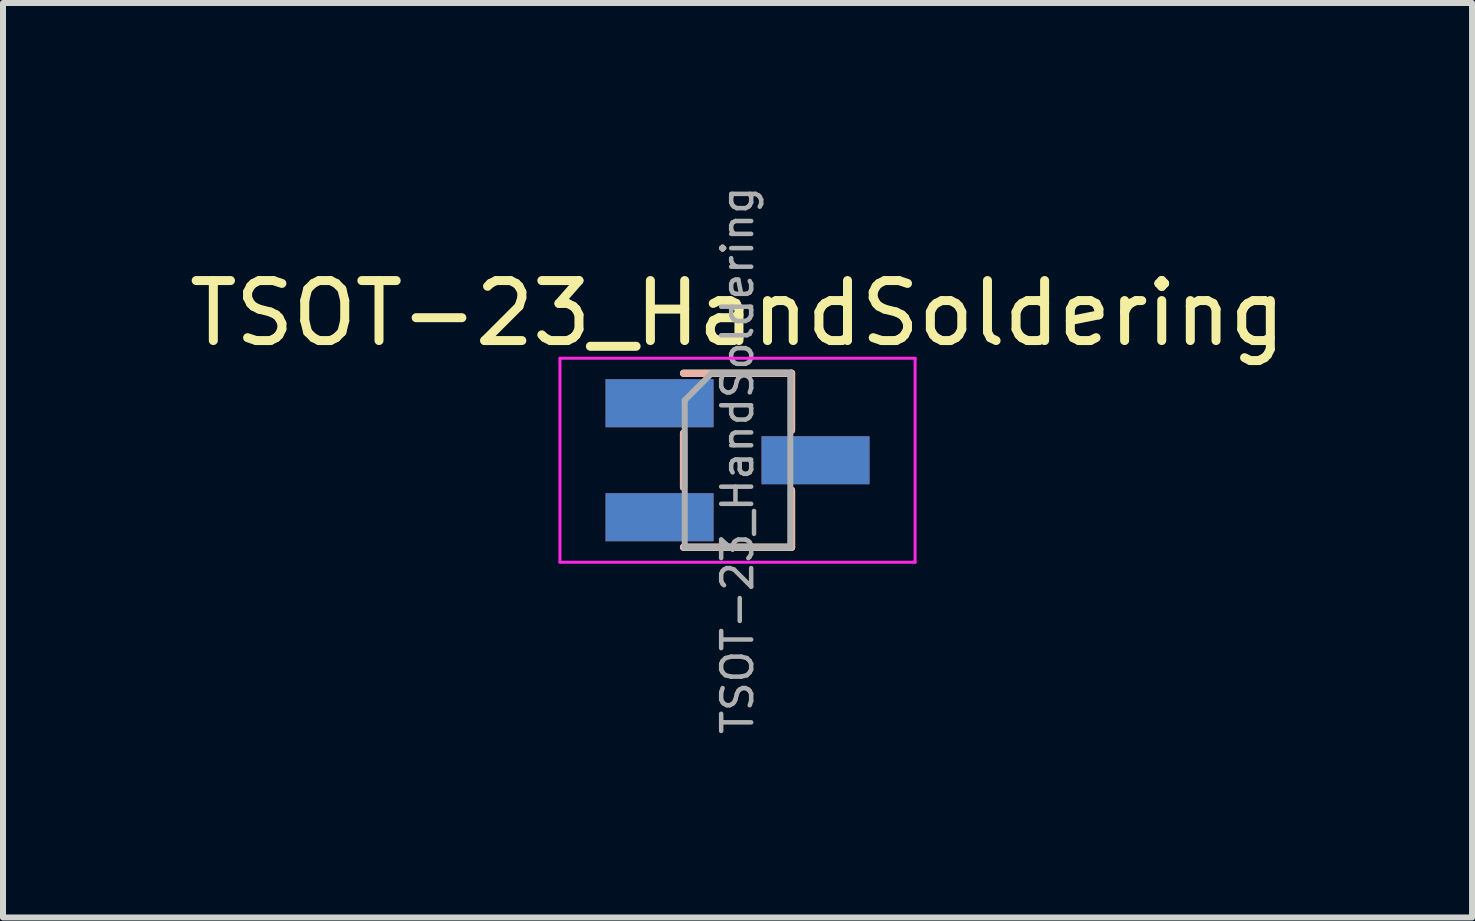
<source format=kicad_pcb>
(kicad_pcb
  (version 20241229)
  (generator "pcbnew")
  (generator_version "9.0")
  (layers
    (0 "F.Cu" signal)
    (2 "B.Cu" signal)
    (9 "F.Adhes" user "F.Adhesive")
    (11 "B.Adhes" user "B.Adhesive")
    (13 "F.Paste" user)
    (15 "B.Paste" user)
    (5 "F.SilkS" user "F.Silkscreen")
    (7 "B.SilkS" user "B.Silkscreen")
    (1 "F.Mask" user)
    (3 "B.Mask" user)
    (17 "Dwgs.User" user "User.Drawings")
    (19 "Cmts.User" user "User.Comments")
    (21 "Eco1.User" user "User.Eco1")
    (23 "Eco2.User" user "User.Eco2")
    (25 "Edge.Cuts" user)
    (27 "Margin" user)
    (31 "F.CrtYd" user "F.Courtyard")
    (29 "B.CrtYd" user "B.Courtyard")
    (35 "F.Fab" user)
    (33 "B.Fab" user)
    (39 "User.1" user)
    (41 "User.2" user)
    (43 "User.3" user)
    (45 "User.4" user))
  (footprint "TSOT-23_HandSoldering"
    (layer "F.Cu")
    (at 9.244 4.622)
    (property "Reference" "TSOT-23_HandSoldering" (at 0 -2.45 0) (layer "F.SilkS") (effects (font (size 1 1) (thickness 0.15))))
    (attr smd)
    (fp_line (start -0.9 -0.45) (end -0.9 0.45) (stroke (width 0.12) (type solid)) (layer "F.SilkS"))
    (fp_line (start 0.9 -1.45) (end -0.9 -1.45) (stroke (width 0.12) (type solid)) (layer "F.SilkS"))
    (fp_line (start 0.9 -0.5) (end 0.9 -1.45) (stroke (width 0.12) (type solid)) (layer "F.SilkS"))
    (fp_line (start 0.9 0.5) (end 0.9 1.45) (stroke (width 0.12) (type solid)) (layer "F.SilkS"))
    (fp_line (start 0.9 1.45) (end -0.9 1.45) (stroke (width 0.12) (type solid)) (layer "F.SilkS"))
    (fp_line (start -0.9 -1.45) (end 0.9 -1.45) (stroke (width 0.12) (type solid)) (layer "B.SilkS"))
    (fp_line (start -0.9 -0.45) (end -0.9 0.45) (stroke (width 0.12) (type solid)) (layer "B.SilkS"))
    (fp_line (start -0.9 1.45) (end 0.9 1.45) (stroke (width 0.12) (type solid)) (layer "B.SilkS"))
    (fp_line (start 0.9 -0.5) (end 0.9 -1.45) (stroke (width 0.12) (type solid)) (layer "B.SilkS"))
    (fp_line (start 0.9 0.5) (end 0.9 1.45) (stroke (width 0.12) (type solid)) (layer "B.SilkS"))
    (fp_line (start -2.96 -1.7) (end -2.96 1.7) (stroke (width 0.05) (type solid)) (layer "F.CrtYd"))
    (fp_line (start -2.96 -1.7) (end 2.96 -1.7) (stroke (width 0.05) (type solid)) (layer "F.CrtYd"))
    (fp_line (start 2.96 1.7) (end -2.96 1.7) (stroke (width 0.05) (type solid)) (layer "F.CrtYd"))
    (fp_line (start 2.96 1.7) (end 2.96 -1.7) (stroke (width 0.05) (type solid)) (layer "F.CrtYd"))
    (fp_line (start -0.88 -1) (end -0.88 1.45) (stroke (width 0.1) (type solid)) (layer "F.Fab"))
    (fp_line (start -0.88 -1) (end -0.43 -1.45) (stroke (width 0.1) (type solid)) (layer "F.Fab"))
    (fp_line (start 0.88 -1.45) (end -0.43 -1.45) (stroke (width 0.1) (type solid)) (layer "F.Fab"))
    (fp_line (start 0.88 -1.45) (end 0.88 1.45) (stroke (width 0.1) (type solid)) (layer "F.Fab"))
    (fp_line (start 0.88 1.45) (end -0.88 1.45) (stroke (width 0.1) (type solid)) (layer "F.Fab"))
    (fp_text user "${REFERENCE}" (at 0 0 90) (layer "F.Fab") (effects (font (size 0.5 0.5) (thickness 0.075))))
    (pad "1" smd rect (at -1.3 0.95) (size 1.8 0.8) (layers "F.Cu" "F.Mask" "F.Paste"))
    (pad "1" smd rect (at -1.3 0.95) (size 1.8 0.8) (layers "B.Cu" "B.Mask" "B.Paste"))
    (pad "2" smd rect (at -1.3 -0.95) (size 1.8 0.8) (layers "F.Cu" "F.Mask" "F.Paste"))
    (pad "2" smd rect (at -1.3 -0.95) (size 1.8 0.8) (layers "B.Cu" "B.Mask" "B.Paste"))
    (pad "3" smd rect (at 1.3 0) (size 1.8 0.8) (layers "F.Cu" "F.Mask" "F.Paste"))
    (pad "3" smd rect (at 1.3 0) (size 1.8 0.8) (layers "B.Cu" "B.Mask" "B.Paste")))
  (gr_rect
    (start -3 -3)
    (end 21.488 12.244)
    (stroke (width 0.1) (type default))
    (fill no)
    (layer "Edge.Cuts")))
</source>
